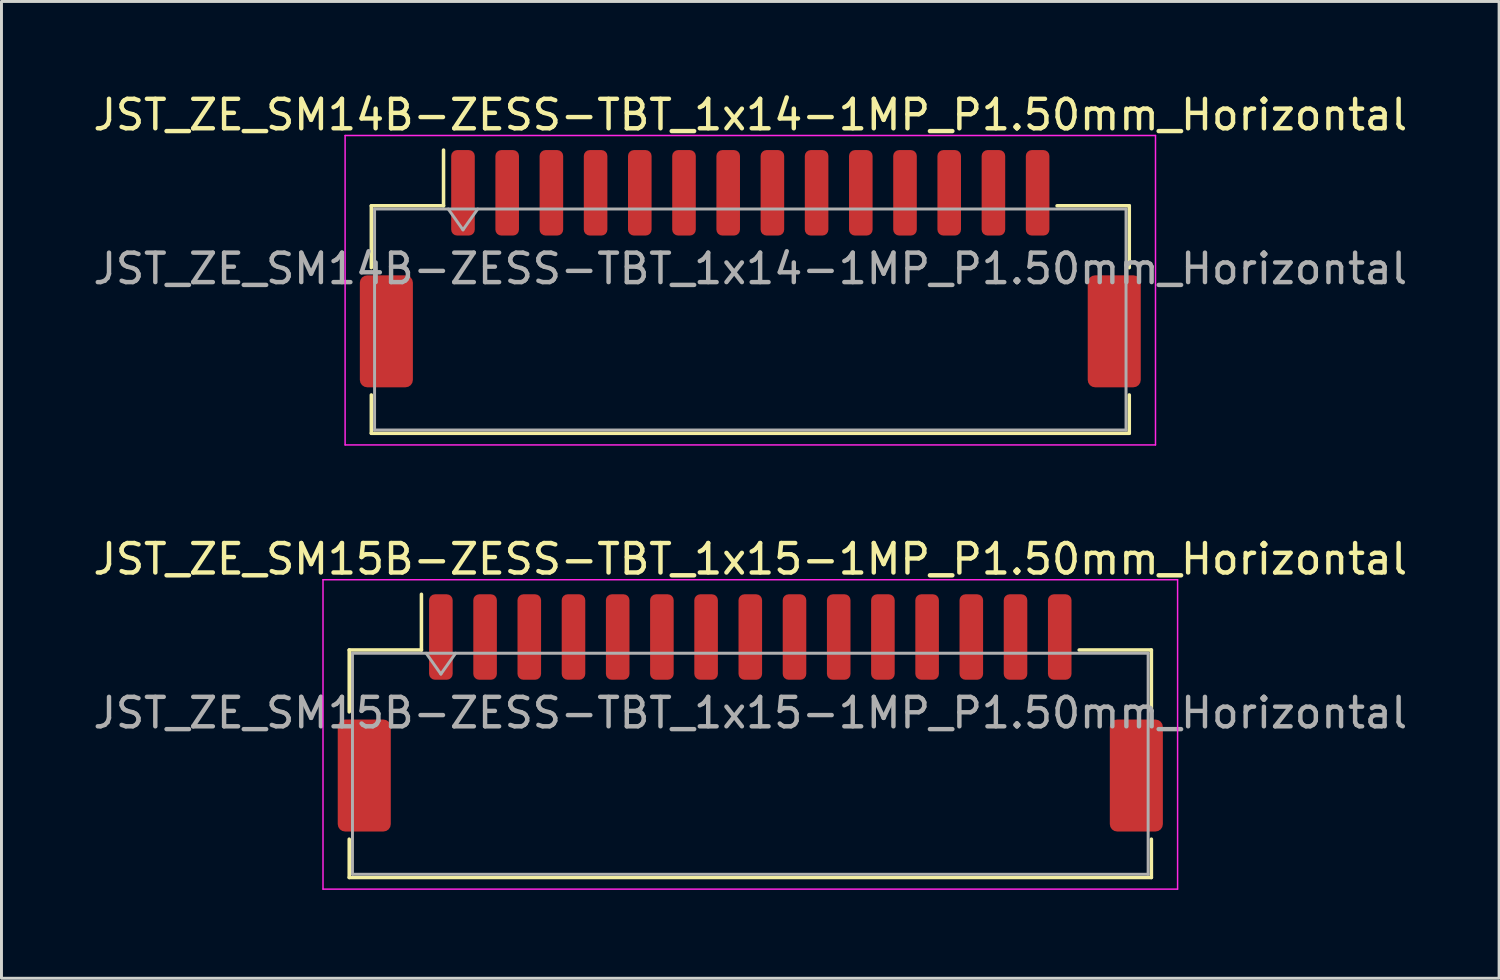
<source format=kicad_pcb>
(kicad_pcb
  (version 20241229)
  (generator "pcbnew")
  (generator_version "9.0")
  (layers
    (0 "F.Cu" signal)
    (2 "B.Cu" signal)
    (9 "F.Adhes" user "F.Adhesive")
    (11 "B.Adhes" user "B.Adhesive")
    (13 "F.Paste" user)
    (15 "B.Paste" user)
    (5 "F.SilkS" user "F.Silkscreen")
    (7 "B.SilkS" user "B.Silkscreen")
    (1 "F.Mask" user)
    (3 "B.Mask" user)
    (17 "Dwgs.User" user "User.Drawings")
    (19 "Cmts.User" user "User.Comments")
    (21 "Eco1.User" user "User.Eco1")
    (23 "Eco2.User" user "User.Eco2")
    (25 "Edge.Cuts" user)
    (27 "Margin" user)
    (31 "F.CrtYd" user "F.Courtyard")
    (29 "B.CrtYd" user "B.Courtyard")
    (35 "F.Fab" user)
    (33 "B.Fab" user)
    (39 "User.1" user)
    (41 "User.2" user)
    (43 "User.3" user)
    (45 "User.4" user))
  (footprint "JST_ZE_SM15B-ZESS-TBT_1x15-1MP_P1.50mm_Horizontal"
    (layer "F.Cu")
    (at 22.411 21.142)
    (property "Reference" "JST_ZE_SM15B-ZESS-TBT_1x15-1MP_P1.50mm_Horizontal" (at 0 -5.22 0) (layer "F.SilkS") (effects (font (size 1 1) (thickness 0.15))))
    (attr smd)
    (fp_line (start -13.61 -2.135) (end -11.16 -2.135) (stroke (width 0.12) (type solid)) (layer "F.SilkS"))
    (fp_line (start -13.61 -0.035) (end -13.61 -2.135) (stroke (width 0.12) (type solid)) (layer "F.SilkS"))
    (fp_line (start -13.61 4.285) (end -13.61 5.585) (stroke (width 0.12) (type solid)) (layer "F.SilkS"))
    (fp_line (start -13.61 5.585) (end 13.61 5.585) (stroke (width 0.12) (type solid)) (layer "F.SilkS"))
    (fp_line (start -11.16 -2.135) (end -11.16 -4.025) (stroke (width 0.12) (type solid)) (layer "F.SilkS"))
    (fp_line (start 13.61 -2.135) (end 11.16 -2.135) (stroke (width 0.12) (type solid)) (layer "F.SilkS"))
    (fp_line (start 13.61 -0.035) (end 13.61 -2.135) (stroke (width 0.12) (type solid)) (layer "F.SilkS"))
    (fp_line (start 13.61 5.585) (end 13.61 4.285) (stroke (width 0.12) (type solid)) (layer "F.SilkS"))
    (fp_line (start -14.5 -4.52) (end -14.5 5.98) (stroke (width 0.05) (type solid)) (layer "F.CrtYd"))
    (fp_line (start -14.5 5.98) (end 14.5 5.98) (stroke (width 0.05) (type solid)) (layer "F.CrtYd"))
    (fp_line (start 14.5 -4.52) (end -14.5 -4.52) (stroke (width 0.05) (type solid)) (layer "F.CrtYd"))
    (fp_line (start 14.5 5.98) (end 14.5 -4.52) (stroke (width 0.05) (type solid)) (layer "F.CrtYd"))
    (fp_line (start -13.5 -2.025) (end -13.5 5.475) (stroke (width 0.1) (type solid)) (layer "F.Fab"))
    (fp_line (start -13.5 -2.025) (end 13.5 -2.025) (stroke (width 0.1) (type solid)) (layer "F.Fab"))
    (fp_line (start -13.5 5.475) (end 13.5 5.475) (stroke (width 0.1) (type solid)) (layer "F.Fab"))
    (fp_line (start -11 -2.025) (end -10.5 -1.318) (stroke (width 0.1) (type solid)) (layer "F.Fab"))
    (fp_line (start -10.5 -1.318) (end -10 -2.025) (stroke (width 0.1) (type solid)) (layer "F.Fab"))
    (fp_line (start 13.5 -2.025) (end 13.5 5.475) (stroke (width 0.1) (type solid)) (layer "F.Fab"))
    (fp_text user "${REFERENCE}" (at 0 0 0) (layer "F.Fab") (effects (font (size 1 1) (thickness 0.15))))
    (pad "1" smd roundrect (at -10.5 -2.575) (size 0.8 2.9) (layers "F.Cu" "F.Mask" "F.Paste") (roundrect_rratio 0.25))
    (pad "2" smd roundrect (at -9 -2.575) (size 0.8 2.9) (layers "F.Cu" "F.Mask" "F.Paste") (roundrect_rratio 0.25))
    (pad "3" smd roundrect (at -7.5 -2.575) (size 0.8 2.9) (layers "F.Cu" "F.Mask" "F.Paste") (roundrect_rratio 0.25))
    (pad "4" smd roundrect (at -6 -2.575) (size 0.8 2.9) (layers "F.Cu" "F.Mask" "F.Paste") (roundrect_rratio 0.25))
    (pad "5" smd roundrect (at -4.5 -2.575) (size 0.8 2.9) (layers "F.Cu" "F.Mask" "F.Paste") (roundrect_rratio 0.25))
    (pad "6" smd roundrect (at -3 -2.575) (size 0.8 2.9) (layers "F.Cu" "F.Mask" "F.Paste") (roundrect_rratio 0.25))
    (pad "7" smd roundrect (at -1.5 -2.575) (size 0.8 2.9) (layers "F.Cu" "F.Mask" "F.Paste") (roundrect_rratio 0.25))
    (pad "8" smd roundrect (at 0 -2.575) (size 0.8 2.9) (layers "F.Cu" "F.Mask" "F.Paste") (roundrect_rratio 0.25))
    (pad "9" smd roundrect (at 1.5 -2.575) (size 0.8 2.9) (layers "F.Cu" "F.Mask" "F.Paste") (roundrect_rratio 0.25))
    (pad "10" smd roundrect (at 3 -2.575) (size 0.8 2.9) (layers "F.Cu" "F.Mask" "F.Paste") (roundrect_rratio 0.25))
    (pad "11" smd roundrect (at 4.5 -2.575) (size 0.8 2.9) (layers "F.Cu" "F.Mask" "F.Paste") (roundrect_rratio 0.25))
    (pad "12" smd roundrect (at 6 -2.575) (size 0.8 2.9) (layers "F.Cu" "F.Mask" "F.Paste") (roundrect_rratio 0.25))
    (pad "13" smd roundrect (at 7.5 -2.575) (size 0.8 2.9) (layers "F.Cu" "F.Mask" "F.Paste") (roundrect_rratio 0.25))
    (pad "14" smd roundrect (at 9 -2.575) (size 0.8 2.9) (layers "F.Cu" "F.Mask" "F.Paste") (roundrect_rratio 0.25))
    (pad "15" smd roundrect (at 10.5 -2.575) (size 0.8 2.9) (layers "F.Cu" "F.Mask" "F.Paste") (roundrect_rratio 0.25))
    (pad "MP" smd roundrect (at -13.1 2.125) (size 1.8 3.8) (layers "F.Cu" "F.Mask" "F.Paste") (roundrect_rratio 0.139))
    (pad "MP" smd roundrect (at 13.1 2.125) (size 1.8 3.8) (layers "F.Cu" "F.Mask" "F.Paste") (roundrect_rratio 0.139)))
  (footprint "JST_ZE_SM14B-ZESS-TBT_1x14-1MP_P1.50mm_Horizontal"
    (layer "F.Cu")
    (at 22.411 6.068)
    (property "Reference" "JST_ZE_SM14B-ZESS-TBT_1x14-1MP_P1.50mm_Horizontal" (at 0 -5.22 0) (layer "F.SilkS") (effects (font (size 1 1) (thickness 0.15))))
    (attr smd)
    (fp_line (start -12.86 -2.135) (end -10.41 -2.135) (stroke (width 0.12) (type solid)) (layer "F.SilkS"))
    (fp_line (start -12.86 -0.035) (end -12.86 -2.135) (stroke (width 0.12) (type solid)) (layer "F.SilkS"))
    (fp_line (start -12.86 4.285) (end -12.86 5.585) (stroke (width 0.12) (type solid)) (layer "F.SilkS"))
    (fp_line (start -12.86 5.585) (end 12.86 5.585) (stroke (width 0.12) (type solid)) (layer "F.SilkS"))
    (fp_line (start -10.41 -2.135) (end -10.41 -4.025) (stroke (width 0.12) (type solid)) (layer "F.SilkS"))
    (fp_line (start 12.86 -2.135) (end 10.41 -2.135) (stroke (width 0.12) (type solid)) (layer "F.SilkS"))
    (fp_line (start 12.86 -0.035) (end 12.86 -2.135) (stroke (width 0.12) (type solid)) (layer "F.SilkS"))
    (fp_line (start 12.86 5.585) (end 12.86 4.285) (stroke (width 0.12) (type solid)) (layer "F.SilkS"))
    (fp_line (start -13.75 -4.52) (end -13.75 5.98) (stroke (width 0.05) (type solid)) (layer "F.CrtYd"))
    (fp_line (start -13.75 5.98) (end 13.75 5.98) (stroke (width 0.05) (type solid)) (layer "F.CrtYd"))
    (fp_line (start 13.75 -4.52) (end -13.75 -4.52) (stroke (width 0.05) (type solid)) (layer "F.CrtYd"))
    (fp_line (start 13.75 5.98) (end 13.75 -4.52) (stroke (width 0.05) (type solid)) (layer "F.CrtYd"))
    (fp_line (start -12.75 -2.025) (end -12.75 5.475) (stroke (width 0.1) (type solid)) (layer "F.Fab"))
    (fp_line (start -12.75 -2.025) (end 12.75 -2.025) (stroke (width 0.1) (type solid)) (layer "F.Fab"))
    (fp_line (start -12.75 5.475) (end 12.75 5.475) (stroke (width 0.1) (type solid)) (layer "F.Fab"))
    (fp_line (start -10.25 -2.025) (end -9.75 -1.318) (stroke (width 0.1) (type solid)) (layer "F.Fab"))
    (fp_line (start -9.75 -1.318) (end -9.25 -2.025) (stroke (width 0.1) (type solid)) (layer "F.Fab"))
    (fp_line (start 12.75 -2.025) (end 12.75 5.475) (stroke (width 0.1) (type solid)) (layer "F.Fab"))
    (fp_text user "${REFERENCE}" (at 0 0 0) (layer "F.Fab") (effects (font (size 1 1) (thickness 0.15))))
    (pad "1" smd roundrect (at -9.75 -2.575) (size 0.8 2.9) (layers "F.Cu" "F.Mask" "F.Paste") (roundrect_rratio 0.25))
    (pad "2" smd roundrect (at -8.25 -2.575) (size 0.8 2.9) (layers "F.Cu" "F.Mask" "F.Paste") (roundrect_rratio 0.25))
    (pad "3" smd roundrect (at -6.75 -2.575) (size 0.8 2.9) (layers "F.Cu" "F.Mask" "F.Paste") (roundrect_rratio 0.25))
    (pad "4" smd roundrect (at -5.25 -2.575) (size 0.8 2.9) (layers "F.Cu" "F.Mask" "F.Paste") (roundrect_rratio 0.25))
    (pad "5" smd roundrect (at -3.75 -2.575) (size 0.8 2.9) (layers "F.Cu" "F.Mask" "F.Paste") (roundrect_rratio 0.25))
    (pad "6" smd roundrect (at -2.25 -2.575) (size 0.8 2.9) (layers "F.Cu" "F.Mask" "F.Paste") (roundrect_rratio 0.25))
    (pad "7" smd roundrect (at -0.75 -2.575) (size 0.8 2.9) (layers "F.Cu" "F.Mask" "F.Paste") (roundrect_rratio 0.25))
    (pad "8" smd roundrect (at 0.75 -2.575) (size 0.8 2.9) (layers "F.Cu" "F.Mask" "F.Paste") (roundrect_rratio 0.25))
    (pad "9" smd roundrect (at 2.25 -2.575) (size 0.8 2.9) (layers "F.Cu" "F.Mask" "F.Paste") (roundrect_rratio 0.25))
    (pad "10" smd roundrect (at 3.75 -2.575) (size 0.8 2.9) (layers "F.Cu" "F.Mask" "F.Paste") (roundrect_rratio 0.25))
    (pad "11" smd roundrect (at 5.25 -2.575) (size 0.8 2.9) (layers "F.Cu" "F.Mask" "F.Paste") (roundrect_rratio 0.25))
    (pad "12" smd roundrect (at 6.75 -2.575) (size 0.8 2.9) (layers "F.Cu" "F.Mask" "F.Paste") (roundrect_rratio 0.25))
    (pad "13" smd roundrect (at 8.25 -2.575) (size 0.8 2.9) (layers "F.Cu" "F.Mask" "F.Paste") (roundrect_rratio 0.25))
    (pad "14" smd roundrect (at 9.75 -2.575) (size 0.8 2.9) (layers "F.Cu" "F.Mask" "F.Paste") (roundrect_rratio 0.25))
    (pad "MP" smd roundrect (at -12.35 2.125) (size 1.8 3.8) (layers "F.Cu" "F.Mask" "F.Paste") (roundrect_rratio 0.139))
    (pad "MP" smd roundrect (at 12.35 2.125) (size 1.8 3.8) (layers "F.Cu" "F.Mask" "F.Paste") (roundrect_rratio 0.139)))
  (gr_rect
    (start -3 -3)
    (end 47.821 30.146)
    (stroke (width 0.1) (type default))
    (fill no)
    (layer "Edge.Cuts")))
</source>
